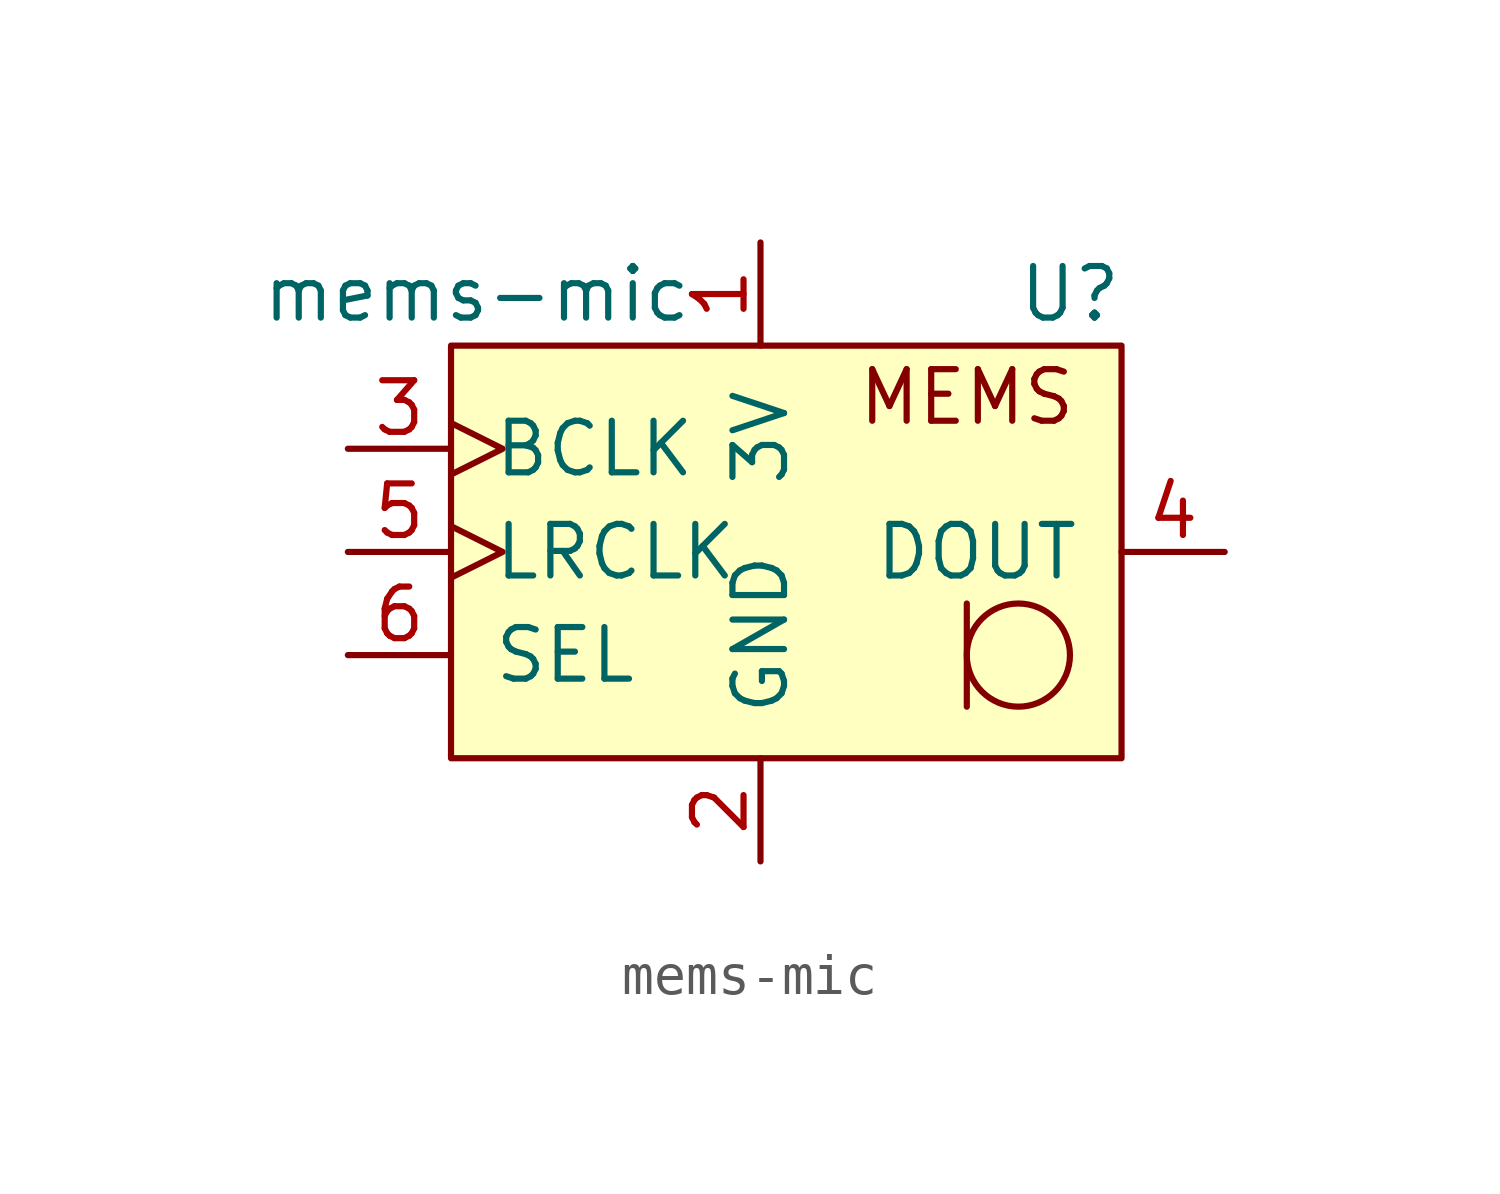
<source format=kicad_sym>
(kicad_symbol_lib
  (version 20211014)
  (generator kicad_symbol_editor)
  (symbol "mems-mic"
    (pin_names
      (offset 1.016))
    (property "Reference" "U"
      (at 7.62 6.35 0)
      (effects (font (size 1.27 1.27))))
    (property "Value" "mems-mic"
      (at -6.985 6.35 0)
      (effects (font (size 1.27 1.27))))
    (symbol "mems-mic_0_0"
      (text "MEMS" (at 5.08 3.81 0) (effects (font (size 1.27 1.27)))))
    (symbol "mems-mic_0_1"
      (rectangle (start -7.62 5.08) (end 8.89 -5.08) (stroke (width 0) (type default) (color 0 0 0 0)) (fill (type background)))
      (polyline (pts (xy 5.08 -1.27) (xy 5.08 -3.81)) (stroke (width 0) (type default) (color 0 0 0 0)) (fill (type none)))
      (circle (center 6.35 -2.54) (radius 1.27) (stroke (width 0) (type default) (color 0 0 0 0)) (fill (type none))))
    (symbol "mems-mic_1_1"
      (pin power_in line (at 0 7.62 270) (length 2.54) (name "3V" (effects (font (size 1.27 1.27)))) (number "1" (effects (font (size 1.27 1.27)))))
      (pin power_in line (at 0 -7.62 90) (length 2.54) (name "GND" (effects (font (size 1.27 1.27)))) (number "2" (effects (font (size 1.27 1.27)))))
      (pin input clock (at -10.16 2.54 0) (length 2.54) (name "BCLK" (effects (font (size 1.27 1.27)))) (number "3" (effects (font (size 1.27 1.27)))))
      (pin output line (at 11.43 0 180) (length 2.54) (name "DOUT" (effects (font (size 1.27 1.27)))) (number "4" (effects (font (size 1.27 1.27)))))
      (pin input clock (at -10.16 0 0) (length 2.54) (name "LRCLK" (effects (font (size 1.27 1.27)))) (number "5" (effects (font (size 1.27 1.27)))))
      (pin input line (at -10.16 -2.54 0) (length 2.54) (name "SEL" (effects (font (size 1.27 1.27)))) (number "6" (effects (font (size 1.27 1.27))))))))
</source>
